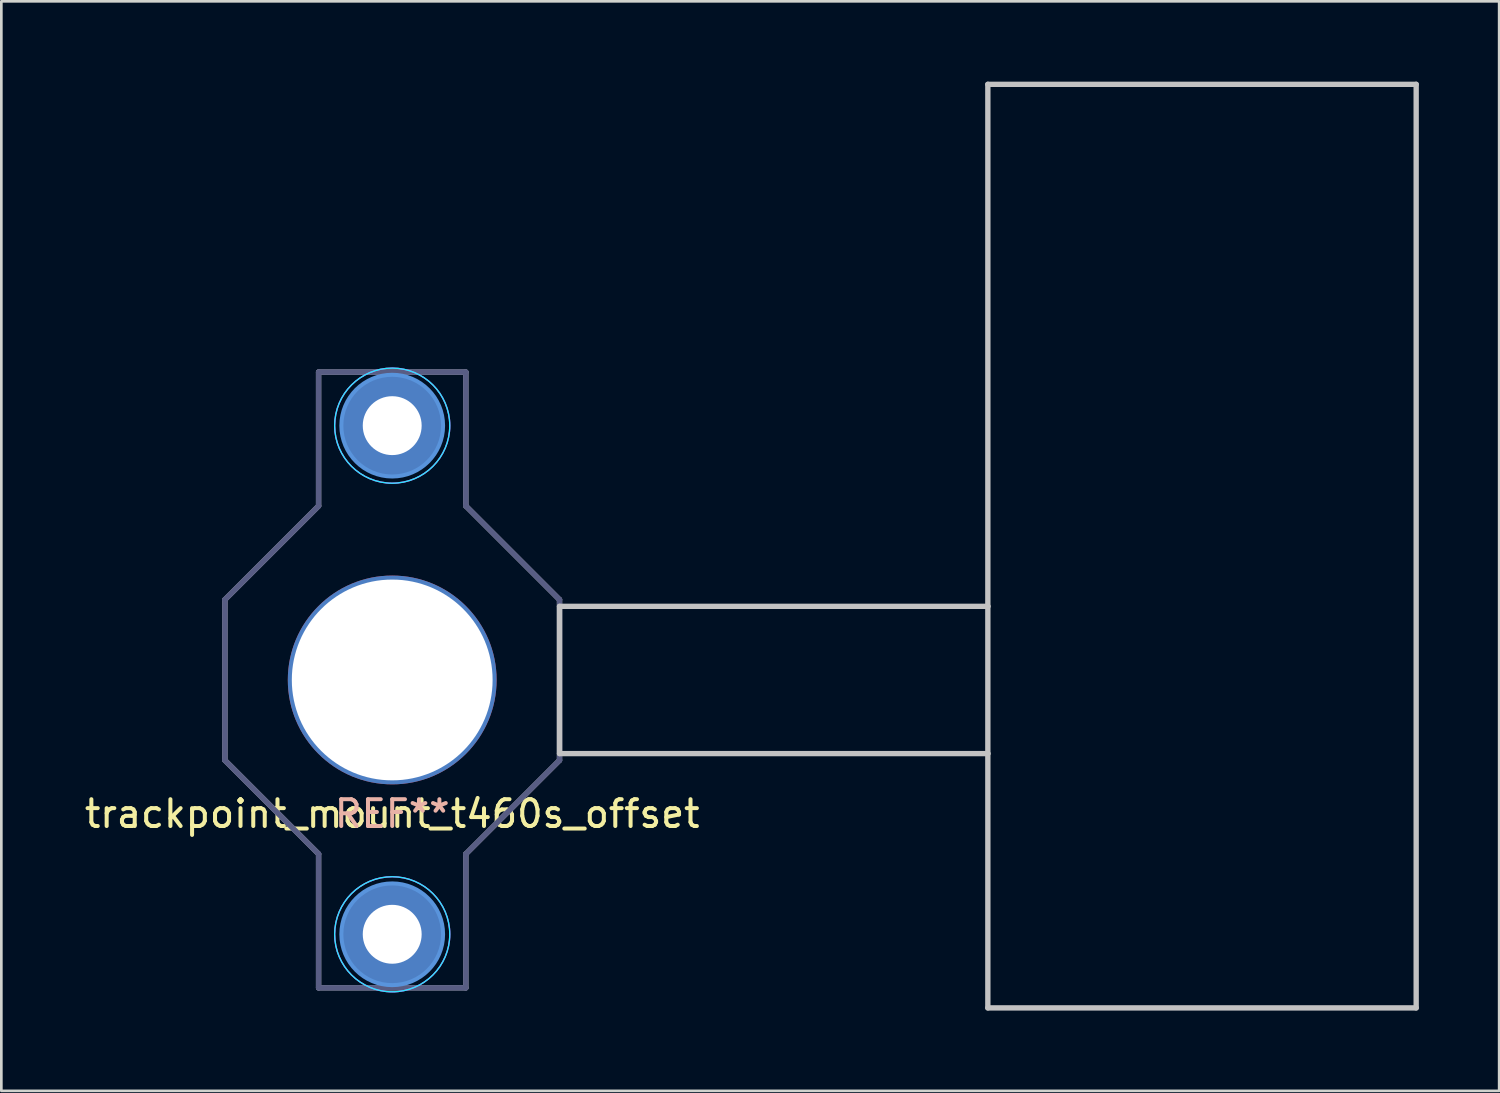
<source format=kicad_pcb>
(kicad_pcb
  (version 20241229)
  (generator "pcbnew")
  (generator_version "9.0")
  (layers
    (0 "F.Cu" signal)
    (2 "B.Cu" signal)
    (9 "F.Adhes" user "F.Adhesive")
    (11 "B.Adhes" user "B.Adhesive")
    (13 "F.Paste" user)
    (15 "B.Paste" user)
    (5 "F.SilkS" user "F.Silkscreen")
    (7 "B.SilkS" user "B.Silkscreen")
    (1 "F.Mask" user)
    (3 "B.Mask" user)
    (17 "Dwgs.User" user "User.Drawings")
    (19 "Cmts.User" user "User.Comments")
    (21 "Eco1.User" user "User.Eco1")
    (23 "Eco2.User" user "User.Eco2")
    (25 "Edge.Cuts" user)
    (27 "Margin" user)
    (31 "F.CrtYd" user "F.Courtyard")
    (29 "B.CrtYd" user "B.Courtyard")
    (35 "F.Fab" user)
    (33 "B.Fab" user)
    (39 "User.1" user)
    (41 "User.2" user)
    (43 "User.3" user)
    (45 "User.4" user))
  (footprint "trackpoint_mount_t460s_offset"
    (layer "F.Cu")
    (at 11.601 22.35)
    (property "Reference" "trackpoint_mount_t460s_offset" (at 0 5 180) (layer "F.SilkS") (effects (font (size 1 1) (thickness 0.15))))
    (attr through_hole)
    (fp_line (start 6.25 -2.75) (end 6.25 2.75) (stroke (width 0.2) (type solid)) (layer "Dwgs.User"))
    (fp_line (start 22.25 -22.25) (end 22.25 -2.75) (stroke (width 0.2) (type solid)) (layer "Dwgs.User"))
    (fp_line (start 22.25 -2.75) (end 6.25 -2.75) (stroke (width 0.2) (type solid)) (layer "Dwgs.User"))
    (fp_line (start 22.25 -2.75) (end 22.25 2.75) (stroke (width 0.2) (type solid)) (layer "Dwgs.User"))
    (fp_line (start 22.25 2.75) (end 6.25 2.75) (stroke (width 0.2) (type solid)) (layer "Dwgs.User"))
    (fp_line (start 22.25 2.75) (end 22.25 12.25) (stroke (width 0.2) (type solid)) (layer "Dwgs.User"))
    (fp_line (start 38.25 -22.25) (end 22.25 -22.25) (stroke (width 0.2) (type solid)) (layer "Dwgs.User"))
    (fp_line (start 38.25 -22.25) (end 38.25 12.25) (stroke (width 0.2) (type solid)) (layer "Dwgs.User"))
    (fp_line (start 38.25 12.25) (end 22.25 12.25) (stroke (width 0.2) (type solid)) (layer "Dwgs.User"))
    (fp_circle (center 0 -9.5) (end -1.9 -9.5) (stroke (width 0.15) (type solid)) (fill no) (layer "Cmts.User"))
    (fp_circle (center 0 9.5) (end -1.9 9.5) (stroke (width 0.15) (type solid)) (fill no) (layer "Cmts.User"))
    (fp_circle (center 0 -9.5) (end -2.15 -9.5) (stroke (width 0.05) (type solid)) (fill no) (layer "B.CrtYd"))
    (fp_circle (center 0 0) (end 3 0.2) (stroke (width 0.05) (type solid)) (fill no) (layer "B.CrtYd"))
    (fp_circle (center 0 9.5) (end -2.15 9.5) (stroke (width 0.05) (type solid)) (fill no) (layer "B.CrtYd"))
    (fp_circle (center 0 -9.5) (end -2.15 -9.5) (stroke (width 0.05) (type solid)) (fill no) (layer "F.CrtYd"))
    (fp_circle (center 0 0) (end 3 0.2) (stroke (width 0.05) (type solid)) (fill no) (layer "F.CrtYd"))
    (fp_circle (center 0 9.5) (end -2.15 9.5) (stroke (width 0.05) (type solid)) (fill no) (layer "F.CrtYd"))
    (fp_line (start -6.25 -3) (end -2.75 -6.5) (stroke (width 0.2) (type solid)) (layer "B.Fab"))
    (fp_line (start -6.25 3) (end -6.25 -3) (stroke (width 0.2) (type solid)) (layer "B.Fab"))
    (fp_line (start -2.75 -11.5) (end -2.75 -6.5) (stroke (width 0.2) (type solid)) (layer "B.Fab"))
    (fp_line (start -2.75 6.5) (end -6.25 3) (stroke (width 0.2) (type solid)) (layer "B.Fab"))
    (fp_line (start -2.75 6.5) (end -2.75 11.5) (stroke (width 0.2) (type solid)) (layer "B.Fab"))
    (fp_line (start 2.75 -11.5) (end -2.75 -11.5) (stroke (width 0.2) (type solid)) (layer "B.Fab"))
    (fp_line (start 2.75 -11.5) (end 2.75 -6.5) (stroke (width 0.2) (type solid)) (layer "B.Fab"))
    (fp_line (start 2.75 6.5) (end 2.75 11.5) (stroke (width 0.2) (type solid)) (layer "B.Fab"))
    (fp_line (start 2.75 6.5) (end 6.25 3) (stroke (width 0.2) (type solid)) (layer "B.Fab"))
    (fp_line (start 2.75 11.5) (end -2.75 11.5) (stroke (width 0.2) (type solid)) (layer "B.Fab"))
    (fp_line (start 6.25 -3) (end 2.75 -6.5) (stroke (width 0.2) (type solid)) (layer "B.Fab"))
    (fp_line (start 6.25 3) (end 6.25 -3) (stroke (width 0.2) (type solid)) (layer "B.Fab"))
    (fp_line (start -6.25 -3) (end -2.75 -6.5) (stroke (width 0.2) (type solid)) (layer "F.Fab"))
    (fp_line (start -6.25 3) (end -6.25 -3) (stroke (width 0.2) (type solid)) (layer "F.Fab"))
    (fp_line (start -2.75 -11.5) (end -2.75 -6.5) (stroke (width 0.2) (type solid)) (layer "F.Fab"))
    (fp_line (start -2.75 6.5) (end -6.25 3) (stroke (width 0.2) (type solid)) (layer "F.Fab"))
    (fp_line (start -2.75 6.5) (end -2.75 11.5) (stroke (width 0.2) (type solid)) (layer "F.Fab"))
    (fp_line (start 2.75 -11.5) (end -2.75 -11.5) (stroke (width 0.2) (type solid)) (layer "F.Fab"))
    (fp_line (start 2.75 -11.5) (end 2.75 -6.5) (stroke (width 0.2) (type solid)) (layer "F.Fab"))
    (fp_line (start 2.75 6.5) (end 2.75 11.5) (stroke (width 0.2) (type solid)) (layer "F.Fab"))
    (fp_line (start 2.75 6.5) (end 6.25 3) (stroke (width 0.2) (type solid)) (layer "F.Fab"))
    (fp_line (start 2.75 11.5) (end -2.75 11.5) (stroke (width 0.2) (type solid)) (layer "F.Fab"))
    (fp_line (start 6.25 -3) (end 2.75 -6.5) (stroke (width 0.2) (type solid)) (layer "F.Fab"))
    (fp_line (start 6.25 3) (end 6.25 -3) (stroke (width 0.2) (type solid)) (layer "F.Fab"))
    (fp_text user "REF**" (at 0 5 180) (layer "B.SilkS") (effects (font (size 1 1) (thickness 0.15))))
    (pad "" thru_hole circle (at 0 -9.5 180) (size 3.8 3.8) (drill 2.2) (layers "*.Cu" "*.Mask"))
    (pad "" np_thru_hole circle (at 0 0 180) (size 7.8 7.8) (drill 7.5) (layers "*.Cu" "*.Mask"))
    (pad "" thru_hole circle (at 0 9.5 180) (size 3.8 3.8) (drill 2.2) (layers "*.Cu" "*.Mask")))
  (gr_rect
    (start -3 -3)
    (end 52.951 37.7)
    (stroke (width 0.1) (type default))
    (fill no)
    (layer "Edge.Cuts")))
</source>
